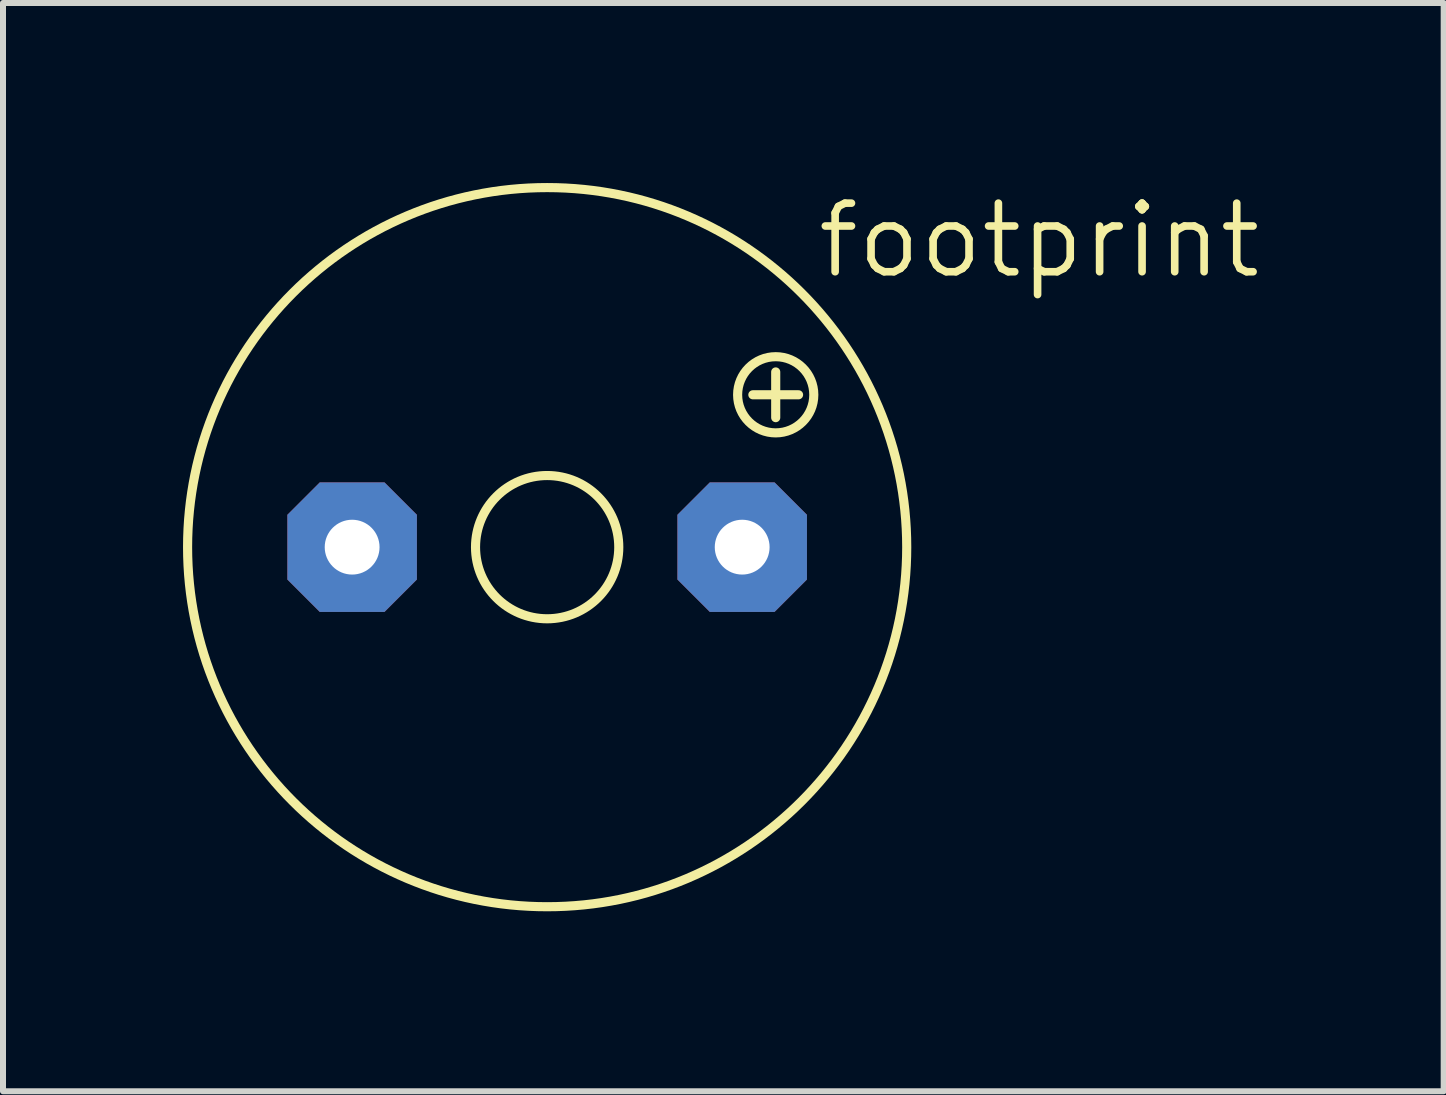
<source format=kicad_pcb>
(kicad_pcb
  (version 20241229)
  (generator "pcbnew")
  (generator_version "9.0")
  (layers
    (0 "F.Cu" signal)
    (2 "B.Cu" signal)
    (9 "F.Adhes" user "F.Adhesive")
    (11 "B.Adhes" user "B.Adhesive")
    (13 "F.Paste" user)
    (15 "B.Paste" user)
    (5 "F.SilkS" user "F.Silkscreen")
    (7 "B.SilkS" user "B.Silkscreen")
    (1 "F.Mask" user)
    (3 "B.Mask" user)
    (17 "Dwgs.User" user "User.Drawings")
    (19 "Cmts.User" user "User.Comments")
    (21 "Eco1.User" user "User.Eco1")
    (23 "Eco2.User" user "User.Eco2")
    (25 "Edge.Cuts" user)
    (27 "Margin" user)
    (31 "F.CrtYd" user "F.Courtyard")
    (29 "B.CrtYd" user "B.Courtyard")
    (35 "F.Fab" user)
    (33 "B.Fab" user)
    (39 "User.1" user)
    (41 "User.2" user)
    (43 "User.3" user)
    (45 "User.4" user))
  (footprint "footprint"
    (layer "F.Cu")
    (at 6.071 6.071)
    (property "Reference" "footprint" (at 4.445 -4.445 0) (layer "F.SilkS") (effects (font (size 1.143 1.143) (thickness 0.127)) (justify left bottom)))
    (fp_line (start 3.429 -2.54) (end 4.191 -2.54) (stroke (width 0.152) (type solid)) (layer "F.SilkS"))
    (fp_line (start 3.81 -2.159) (end 3.81 -2.921) (stroke (width 0.152) (type solid)) (layer "F.SilkS"))
    (fp_circle (center 0 0) (end 1.194 0) (stroke (width 0.152) (type solid)) (fill no) (layer "F.SilkS"))
    (fp_circle (center 0 0) (end 5.994 0) (stroke (width 0.152) (type solid)) (fill no) (layer "F.SilkS"))
    (fp_circle (center 3.81 -2.54) (end 4.445 -2.54) (stroke (width 0.152) (type solid)) (fill no) (layer "F.SilkS"))
    (pad "+" thru_hole roundrect (at 3.251 0) (size 2.159 2.159) (drill 0.914) (layers "*.Cu" "*.Mask") (roundrect_rratio 0.25) (chamfer_ratio 0.25) (chamfer top_left top_right bottom_left bottom_right))
    (pad "-" thru_hole roundrect (at -3.251 0) (size 2.159 2.159) (drill 0.914) (layers "*.Cu" "*.Mask") (roundrect_rratio 0.25) (chamfer_ratio 0.25) (chamfer top_left top_right bottom_left bottom_right)))
  (gr_rect
    (start -3 -3)
    (end 21.016 15.141)
    (stroke (width 0.1) (type default))
    (fill no)
    (layer "Edge.Cuts")))
</source>
